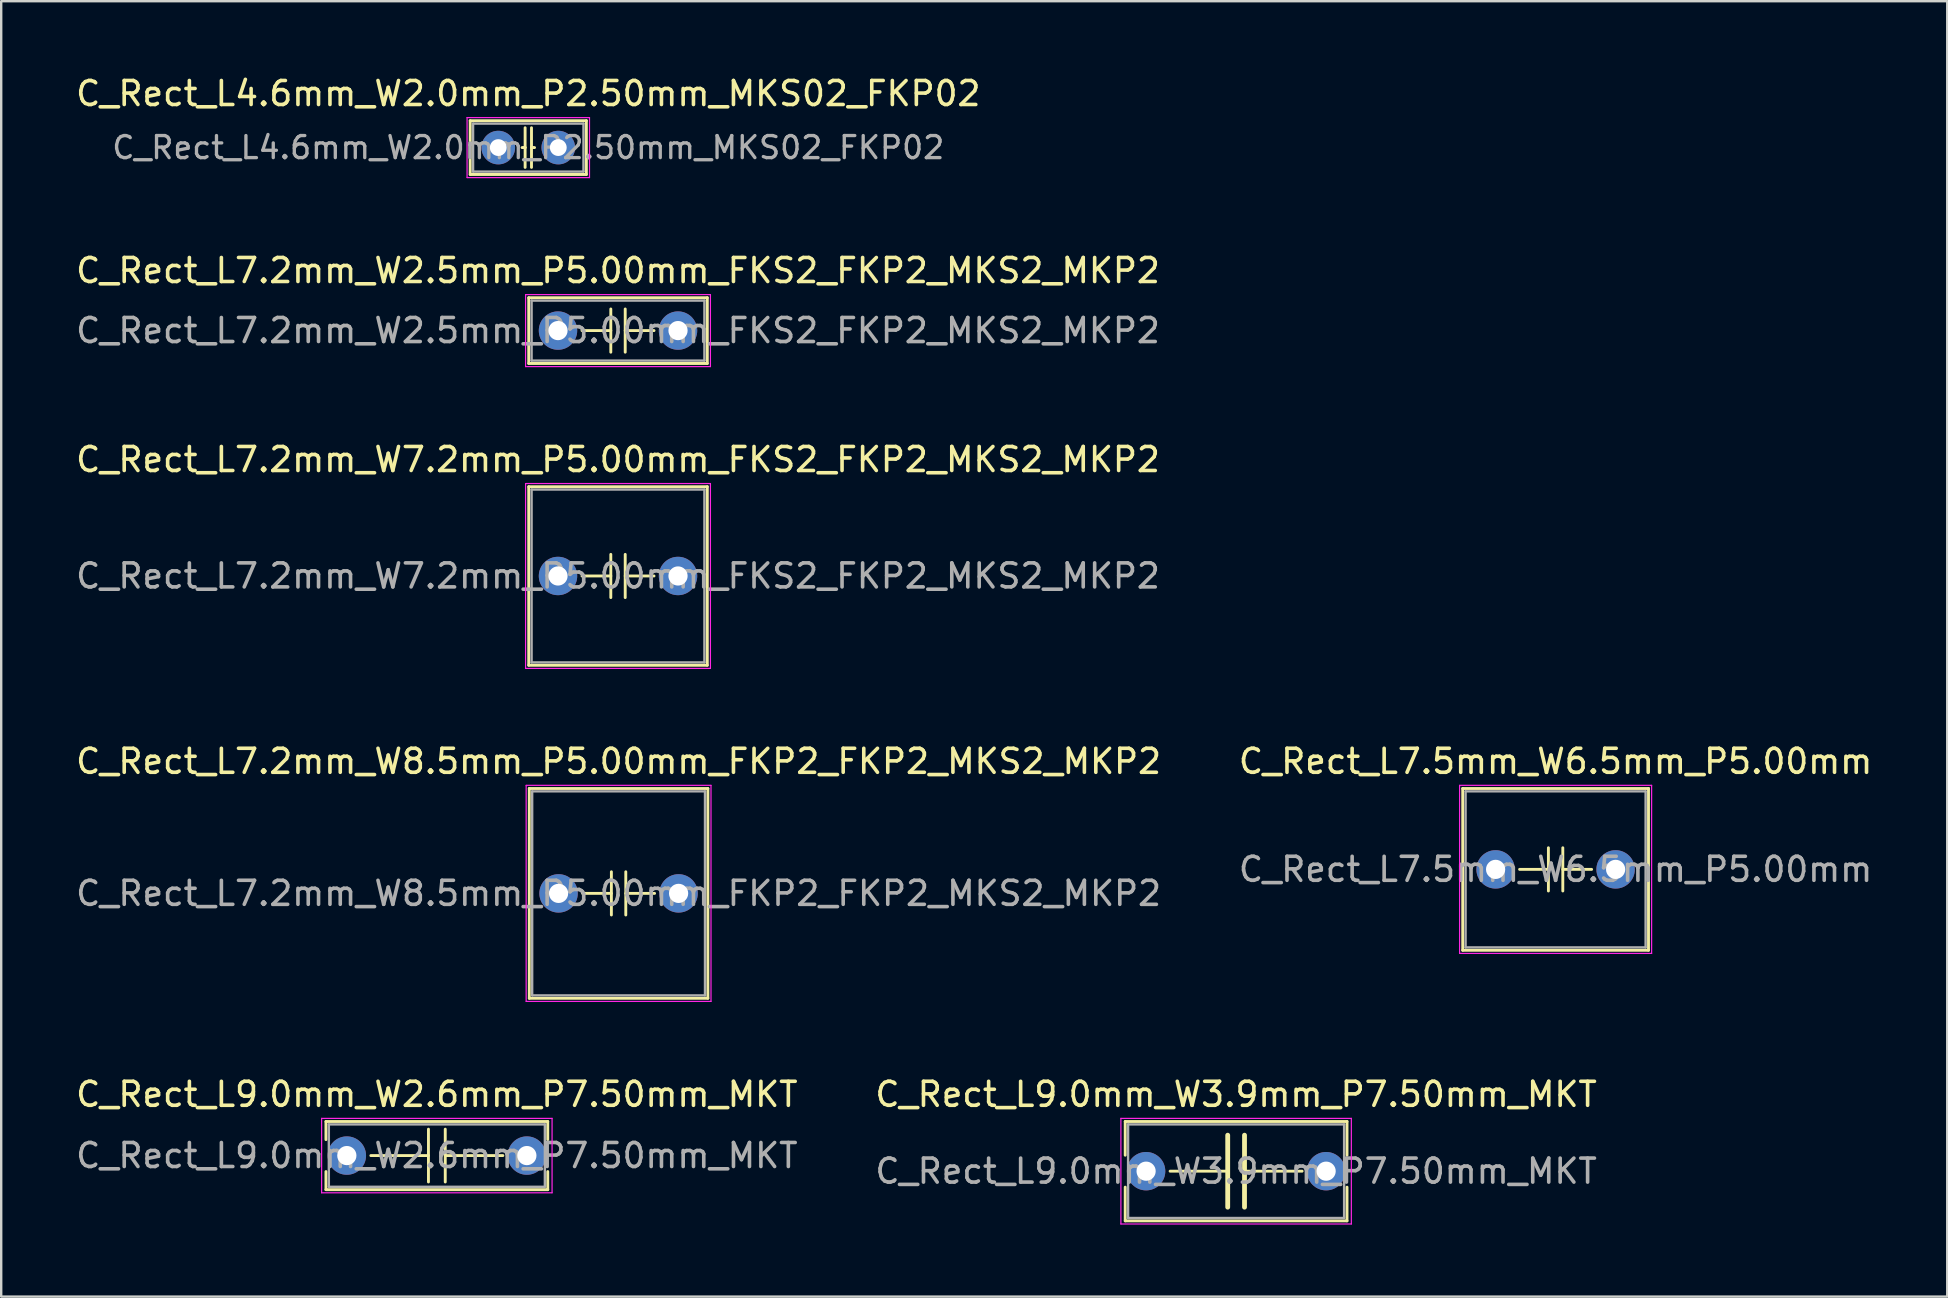
<source format=kicad_pcb>
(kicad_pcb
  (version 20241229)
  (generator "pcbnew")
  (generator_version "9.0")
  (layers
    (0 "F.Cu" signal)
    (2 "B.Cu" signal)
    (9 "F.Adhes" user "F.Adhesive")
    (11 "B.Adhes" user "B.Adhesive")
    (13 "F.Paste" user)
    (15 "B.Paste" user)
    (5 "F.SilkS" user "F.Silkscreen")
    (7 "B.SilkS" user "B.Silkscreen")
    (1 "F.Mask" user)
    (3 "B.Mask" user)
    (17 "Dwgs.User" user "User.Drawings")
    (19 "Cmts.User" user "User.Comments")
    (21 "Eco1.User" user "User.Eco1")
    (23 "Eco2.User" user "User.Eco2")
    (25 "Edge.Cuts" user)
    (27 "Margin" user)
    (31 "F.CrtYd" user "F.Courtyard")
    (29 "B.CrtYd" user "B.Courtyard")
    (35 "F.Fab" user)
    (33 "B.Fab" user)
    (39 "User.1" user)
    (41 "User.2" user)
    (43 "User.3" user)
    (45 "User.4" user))
  (footprint "C_Rect_L7.2mm_W2.5mm_P5.00mm_FKS2_FKP2_MKS2_MKP2"
    (layer "F.Cu")
    (at 20.196 10.722)
    (property "Reference" "C_Rect_L7.2mm_W2.5mm_P5.00mm_FKS2_FKP2_MKS2_MKP2" (at 2.5 -2.5 0) (layer "F.SilkS") (effects (font (size 1 1) (thickness 0.15))))
    (attr through_hole)
    (fp_line (start -1.22 -1.37) (end -1.22 1.37) (stroke (width 0.12) (type solid)) (layer "F.SilkS"))
    (fp_line (start -1.22 -1.37) (end 6.22 -1.37) (stroke (width 0.12) (type solid)) (layer "F.SilkS"))
    (fp_line (start -1.22 1.37) (end 6.22 1.37) (stroke (width 0.12) (type solid)) (layer "F.SilkS"))
    (fp_line (start 1 0) (end 2.2 0) (stroke (width 0.12) (type solid)) (layer "F.SilkS"))
    (fp_line (start 2.2 -0.9) (end 2.2 0.9) (stroke (width 0.12) (type solid)) (layer "F.SilkS"))
    (fp_line (start 2.8 -0.9) (end 2.8 0.9) (stroke (width 0.12) (type solid)) (layer "F.SilkS"))
    (fp_line (start 4 0) (end 2.8 0) (stroke (width 0.12) (type solid)) (layer "F.SilkS"))
    (fp_line (start 6.22 -1.37) (end 6.22 1.37) (stroke (width 0.12) (type solid)) (layer "F.SilkS"))
    (fp_line (start -1.35 -1.5) (end -1.35 1.5) (stroke (width 0.05) (type solid)) (layer "F.CrtYd"))
    (fp_line (start -1.35 1.5) (end 6.35 1.5) (stroke (width 0.05) (type solid)) (layer "F.CrtYd"))
    (fp_line (start 6.35 -1.5) (end -1.35 -1.5) (stroke (width 0.05) (type solid)) (layer "F.CrtYd"))
    (fp_line (start 6.35 1.5) (end 6.35 -1.5) (stroke (width 0.05) (type solid)) (layer "F.CrtYd"))
    (fp_line (start -1.1 -1.25) (end -1.1 1.25) (stroke (width 0.1) (type solid)) (layer "F.Fab"))
    (fp_line (start -1.1 1.25) (end 6.1 1.25) (stroke (width 0.1) (type solid)) (layer "F.Fab"))
    (fp_line (start 6.1 -1.25) (end -1.1 -1.25) (stroke (width 0.1) (type solid)) (layer "F.Fab"))
    (fp_line (start 6.1 1.25) (end 6.1 -1.25) (stroke (width 0.1) (type solid)) (layer "F.Fab"))
    (fp_text user "${REFERENCE}" (at 2.5 0 0) (layer "F.Fab") (effects (font (size 1 1) (thickness 0.15))))
    (pad "1" thru_hole circle (at 0 0) (size 1.6 1.6) (drill 0.8) (layers "*.Cu" "*.Mask"))
    (pad "2" thru_hole circle (at 5 0) (size 1.6 1.6) (drill 0.8) (layers "*.Cu" "*.Mask")))
  (footprint "C_Rect_L7.2mm_W8.5mm_P5.00mm_FKP2_FKP2_MKS2_MKP2"
    (layer "F.Cu")
    (at 20.22 34.168)
    (property "Reference" "C_Rect_L7.2mm_W8.5mm_P5.00mm_FKP2_FKP2_MKS2_MKP2" (at 2.5 -5.5 0) (layer "F.SilkS") (effects (font (size 1 1) (thickness 0.15))))
    (attr through_hole)
    (fp_line (start -1.22 -4.37) (end -1.22 4.37) (stroke (width 0.12) (type solid)) (layer "F.SilkS"))
    (fp_line (start -1.22 -4.37) (end 6.22 -4.37) (stroke (width 0.12) (type solid)) (layer "F.SilkS"))
    (fp_line (start -1.22 4.37) (end 6.22 4.37) (stroke (width 0.12) (type solid)) (layer "F.SilkS"))
    (fp_line (start 1 0) (end 2.2 0) (stroke (width 0.12) (type solid)) (layer "F.SilkS"))
    (fp_line (start 2.2 -0.9) (end 2.2 0.9) (stroke (width 0.12) (type solid)) (layer "F.SilkS"))
    (fp_line (start 2.8 -0.9) (end 2.8 0.9) (stroke (width 0.12) (type solid)) (layer "F.SilkS"))
    (fp_line (start 4 0) (end 2.8 0) (stroke (width 0.12) (type solid)) (layer "F.SilkS"))
    (fp_line (start 6.22 -4.37) (end 6.22 4.37) (stroke (width 0.12) (type solid)) (layer "F.SilkS"))
    (fp_line (start -1.35 -4.5) (end -1.35 4.5) (stroke (width 0.05) (type solid)) (layer "F.CrtYd"))
    (fp_line (start -1.35 4.5) (end 6.35 4.5) (stroke (width 0.05) (type solid)) (layer "F.CrtYd"))
    (fp_line (start 6.35 -4.5) (end -1.35 -4.5) (stroke (width 0.05) (type solid)) (layer "F.CrtYd"))
    (fp_line (start 6.35 4.5) (end 6.35 -4.5) (stroke (width 0.05) (type solid)) (layer "F.CrtYd"))
    (fp_line (start -1.1 -4.25) (end -1.1 4.25) (stroke (width 0.1) (type solid)) (layer "F.Fab"))
    (fp_line (start -1.1 4.25) (end 6.1 4.25) (stroke (width 0.1) (type solid)) (layer "F.Fab"))
    (fp_line (start 6.1 -4.25) (end -1.1 -4.25) (stroke (width 0.1) (type solid)) (layer "F.Fab"))
    (fp_line (start 6.1 4.25) (end 6.1 -4.25) (stroke (width 0.1) (type solid)) (layer "F.Fab"))
    (fp_text user "${REFERENCE}" (at 2.5 0 0) (layer "F.Fab") (effects (font (size 1 1) (thickness 0.15))))
    (pad "1" thru_hole circle (at 0 0) (size 1.6 1.6) (drill 0.8) (layers "*.Cu" "*.Mask"))
    (pad "2" thru_hole circle (at 5 0) (size 1.6 1.6) (drill 0.8) (layers "*.Cu" "*.Mask")))
  (footprint "C_Rect_L9.0mm_W3.9mm_P7.50mm_MKT"
    (layer "F.Cu")
    (at 44.696 45.741)
    (property "Reference" "C_Rect_L9.0mm_W3.9mm_P7.50mm_MKT" (at 3.75 -3.2 0) (layer "F.SilkS") (effects (font (size 1 1) (thickness 0.15))))
    (attr through_hole)
    (fp_line (start -0.87 -2.07) (end -0.87 -0.665) (stroke (width 0.12) (type solid)) (layer "F.SilkS"))
    (fp_line (start -0.87 -2.07) (end 8.37 -2.07) (stroke (width 0.12) (type solid)) (layer "F.SilkS"))
    (fp_line (start -0.87 0.665) (end -0.87 2.07) (stroke (width 0.12) (type solid)) (layer "F.SilkS"))
    (fp_line (start -0.87 2.07) (end 8.37 2.07) (stroke (width 0.12) (type solid)) (layer "F.SilkS"))
    (fp_line (start 1 0) (end 3.4 0) (stroke (width 0.12) (type solid)) (layer "F.SilkS"))
    (fp_line (start 3.4 -1.5) (end 3.4 1.5) (stroke (width 0.2) (type solid)) (layer "F.SilkS"))
    (fp_line (start 4.1 -1.5) (end 4.1 1.5) (stroke (width 0.2) (type solid)) (layer "F.SilkS"))
    (fp_line (start 4.1 0) (end 6.5 0) (stroke (width 0.12) (type solid)) (layer "F.SilkS"))
    (fp_line (start 8.37 -2.07) (end 8.37 -0.665) (stroke (width 0.12) (type solid)) (layer "F.SilkS"))
    (fp_line (start 8.37 0.665) (end 8.37 2.07) (stroke (width 0.12) (type solid)) (layer "F.SilkS"))
    (fp_line (start -1.05 -2.2) (end -1.05 2.2) (stroke (width 0.05) (type solid)) (layer "F.CrtYd"))
    (fp_line (start -1.05 2.2) (end 8.55 2.2) (stroke (width 0.05) (type solid)) (layer "F.CrtYd"))
    (fp_line (start 8.55 -2.2) (end -1.05 -2.2) (stroke (width 0.05) (type solid)) (layer "F.CrtYd"))
    (fp_line (start 8.55 2.2) (end 8.55 -2.2) (stroke (width 0.05) (type solid)) (layer "F.CrtYd"))
    (fp_line (start -0.75 -1.95) (end -0.75 1.95) (stroke (width 0.1) (type solid)) (layer "F.Fab"))
    (fp_line (start -0.75 1.95) (end 8.25 1.95) (stroke (width 0.1) (type solid)) (layer "F.Fab"))
    (fp_line (start 8.25 -1.95) (end -0.75 -1.95) (stroke (width 0.1) (type solid)) (layer "F.Fab"))
    (fp_line (start 8.25 1.95) (end 8.25 -1.95) (stroke (width 0.1) (type solid)) (layer "F.Fab"))
    (fp_text user "${REFERENCE}" (at 3.75 0 0) (layer "F.Fab") (effects (font (size 1 1) (thickness 0.15))))
    (pad "1" thru_hole circle (at 0 0) (size 1.6 1.6) (drill 0.8) (layers "*.Cu" "*.Mask"))
    (pad "2" thru_hole circle (at 7.5 0) (size 1.6 1.6) (drill 0.8) (layers "*.Cu" "*.Mask")))
  (footprint "C_Rect_L4.6mm_W2.0mm_P2.50mm_MKS02_FKP02"
    (layer "F.Cu")
    (at 17.708 3.098)
    (property "Reference" "C_Rect_L4.6mm_W2.0mm_P2.50mm_MKS02_FKP02" (at 1.25 -2.25 0) (layer "F.SilkS") (effects (font (size 1 1) (thickness 0.15))))
    (attr through_hole)
    (fp_line (start -1.17 -1.12) (end -1.17 1.12) (stroke (width 0.12) (type solid)) (layer "F.SilkS"))
    (fp_line (start -1.17 -1.12) (end 3.67 -1.12) (stroke (width 0.12) (type solid)) (layer "F.SilkS"))
    (fp_line (start -1.17 1.12) (end 3.67 1.12) (stroke (width 0.12) (type solid)) (layer "F.SilkS"))
    (fp_line (start 0.991 0) (end 1.054 0) (stroke (width 0.12) (type solid)) (layer "F.SilkS"))
    (fp_line (start 1.054 0) (end 1.118 0) (stroke (width 0.12) (type solid)) (layer "F.SilkS"))
    (fp_line (start 1.118 0) (end 1.118 -0.826) (stroke (width 0.12) (type solid)) (layer "F.SilkS"))
    (fp_line (start 1.118 0.826) (end 1.118 0) (stroke (width 0.12) (type solid)) (layer "F.SilkS"))
    (fp_line (start 1.384 0) (end 1.384 -0.826) (stroke (width 0.12) (type solid)) (layer "F.SilkS"))
    (fp_line (start 1.384 0.826) (end 1.384 0) (stroke (width 0.12) (type solid)) (layer "F.SilkS"))
    (fp_line (start 1.448 0) (end 1.384 0) (stroke (width 0.12) (type solid)) (layer "F.SilkS"))
    (fp_line (start 1.511 0) (end 1.448 0) (stroke (width 0.12) (type solid)) (layer "F.SilkS"))
    (fp_line (start 3.67 -1.12) (end 3.67 1.12) (stroke (width 0.12) (type solid)) (layer "F.SilkS"))
    (fp_line (start -1.3 -1.25) (end -1.3 1.25) (stroke (width 0.05) (type solid)) (layer "F.CrtYd"))
    (fp_line (start -1.3 1.25) (end 3.8 1.25) (stroke (width 0.05) (type solid)) (layer "F.CrtYd"))
    (fp_line (start 3.8 -1.25) (end -1.3 -1.25) (stroke (width 0.05) (type solid)) (layer "F.CrtYd"))
    (fp_line (start 3.8 1.25) (end 3.8 -1.25) (stroke (width 0.05) (type solid)) (layer "F.CrtYd"))
    (fp_line (start -1.05 -1) (end -1.05 1) (stroke (width 0.1) (type solid)) (layer "F.Fab"))
    (fp_line (start -1.05 1) (end 3.55 1) (stroke (width 0.1) (type solid)) (layer "F.Fab"))
    (fp_line (start 3.55 -1) (end -1.05 -1) (stroke (width 0.1) (type solid)) (layer "F.Fab"))
    (fp_line (start 3.55 1) (end 3.55 -1) (stroke (width 0.1) (type solid)) (layer "F.Fab"))
    (fp_text user "${REFERENCE}" (at 1.25 0 0) (layer "F.Fab") (effects (font (size 0.92 0.92) (thickness 0.138))))
    (pad "1" thru_hole circle (at 0 0) (size 1.4 1.4) (drill 0.7) (layers "*.Cu" "*.Mask"))
    (pad "2" thru_hole circle (at 2.5 0) (size 1.4 1.4) (drill 0.7) (layers "*.Cu" "*.Mask")))
  (footprint "C_Rect_L7.2mm_W7.2mm_P5.00mm_FKS2_FKP2_MKS2_MKP2"
    (layer "F.Cu")
    (at 20.196 20.945)
    (property "Reference" "C_Rect_L7.2mm_W7.2mm_P5.00mm_FKS2_FKP2_MKS2_MKP2" (at 2.5 -4.85 0) (layer "F.SilkS") (effects (font (size 1 1) (thickness 0.15))))
    (attr through_hole)
    (fp_line (start -1.22 -3.72) (end -1.22 3.72) (stroke (width 0.12) (type solid)) (layer "F.SilkS"))
    (fp_line (start -1.22 -3.72) (end 6.22 -3.72) (stroke (width 0.12) (type solid)) (layer "F.SilkS"))
    (fp_line (start -1.22 3.72) (end 6.22 3.72) (stroke (width 0.12) (type solid)) (layer "F.SilkS"))
    (fp_line (start 1 0) (end 2.2 0) (stroke (width 0.12) (type solid)) (layer "F.SilkS"))
    (fp_line (start 2.2 -0.9) (end 2.2 0.9) (stroke (width 0.12) (type solid)) (layer "F.SilkS"))
    (fp_line (start 2.8 -0.9) (end 2.8 0.9) (stroke (width 0.12) (type solid)) (layer "F.SilkS"))
    (fp_line (start 4 0) (end 2.8 0) (stroke (width 0.12) (type solid)) (layer "F.SilkS"))
    (fp_line (start 6.22 -3.72) (end 6.22 3.72) (stroke (width 0.12) (type solid)) (layer "F.SilkS"))
    (fp_line (start -1.35 -3.85) (end -1.35 3.85) (stroke (width 0.05) (type solid)) (layer "F.CrtYd"))
    (fp_line (start -1.35 3.85) (end 6.35 3.85) (stroke (width 0.05) (type solid)) (layer "F.CrtYd"))
    (fp_line (start 6.35 -3.85) (end -1.35 -3.85) (stroke (width 0.05) (type solid)) (layer "F.CrtYd"))
    (fp_line (start 6.35 3.85) (end 6.35 -3.85) (stroke (width 0.05) (type solid)) (layer "F.CrtYd"))
    (fp_line (start -1.1 -3.6) (end -1.1 3.6) (stroke (width 0.1) (type solid)) (layer "F.Fab"))
    (fp_line (start -1.1 3.6) (end 6.1 3.6) (stroke (width 0.1) (type solid)) (layer "F.Fab"))
    (fp_line (start 6.1 -3.6) (end -1.1 -3.6) (stroke (width 0.1) (type solid)) (layer "F.Fab"))
    (fp_line (start 6.1 3.6) (end 6.1 -3.6) (stroke (width 0.1) (type solid)) (layer "F.Fab"))
    (fp_text user "${REFERENCE}" (at 2.5 0 0) (layer "F.Fab") (effects (font (size 1 1) (thickness 0.15))))
    (pad "1" thru_hole circle (at 0 0) (size 1.6 1.6) (drill 0.8) (layers "*.Cu" "*.Mask"))
    (pad "2" thru_hole circle (at 5 0) (size 1.6 1.6) (drill 0.8) (layers "*.Cu" "*.Mask")))
  (footprint "C_Rect_L9.0mm_W2.6mm_P7.50mm_MKT"
    (layer "F.Cu")
    (at 11.399 45.091)
    (property "Reference" "C_Rect_L9.0mm_W2.6mm_P7.50mm_MKT" (at 3.75 -2.55 0) (layer "F.SilkS") (effects (font (size 1 1) (thickness 0.15))))
    (attr through_hole)
    (fp_line (start -0.87 -1.42) (end -0.87 -0.665) (stroke (width 0.12) (type solid)) (layer "F.SilkS"))
    (fp_line (start -0.87 -1.42) (end 8.37 -1.42) (stroke (width 0.12) (type solid)) (layer "F.SilkS"))
    (fp_line (start -0.87 0.665) (end -0.87 1.42) (stroke (width 0.12) (type solid)) (layer "F.SilkS"))
    (fp_line (start -0.87 1.42) (end 8.37 1.42) (stroke (width 0.12) (type solid)) (layer "F.SilkS"))
    (fp_line (start 1 0) (end 3.4 0) (stroke (width 0.12) (type solid)) (layer "F.SilkS"))
    (fp_line (start 3.4 -1.1) (end 3.4 1.1) (stroke (width 0.12) (type solid)) (layer "F.SilkS"))
    (fp_line (start 4.1 -1.1) (end 4.1 1.1) (stroke (width 0.12) (type solid)) (layer "F.SilkS"))
    (fp_line (start 4.1 0) (end 6.5 0) (stroke (width 0.12) (type solid)) (layer "F.SilkS"))
    (fp_line (start 8.37 -1.42) (end 8.37 -0.665) (stroke (width 0.12) (type solid)) (layer "F.SilkS"))
    (fp_line (start 8.37 0.665) (end 8.37 1.42) (stroke (width 0.12) (type solid)) (layer "F.SilkS"))
    (fp_line (start -1.05 -1.55) (end -1.05 1.55) (stroke (width 0.05) (type solid)) (layer "F.CrtYd"))
    (fp_line (start -1.05 1.55) (end 8.55 1.55) (stroke (width 0.05) (type solid)) (layer "F.CrtYd"))
    (fp_line (start 8.55 -1.55) (end -1.05 -1.55) (stroke (width 0.05) (type solid)) (layer "F.CrtYd"))
    (fp_line (start 8.55 1.55) (end 8.55 -1.55) (stroke (width 0.05) (type solid)) (layer "F.CrtYd"))
    (fp_line (start -0.75 -1.3) (end -0.75 1.3) (stroke (width 0.1) (type solid)) (layer "F.Fab"))
    (fp_line (start -0.75 1.3) (end 8.25 1.3) (stroke (width 0.1) (type solid)) (layer "F.Fab"))
    (fp_line (start 8.25 -1.3) (end -0.75 -1.3) (stroke (width 0.1) (type solid)) (layer "F.Fab"))
    (fp_line (start 8.25 1.3) (end 8.25 -1.3) (stroke (width 0.1) (type solid)) (layer "F.Fab"))
    (fp_text user "${REFERENCE}" (at 3.75 0 0) (layer "F.Fab") (effects (font (size 1 1) (thickness 0.15))))
    (pad "1" thru_hole circle (at 0 0) (size 1.6 1.6) (drill 0.8) (layers "*.Cu" "*.Mask"))
    (pad "2" thru_hole circle (at 7.5 0) (size 1.6 1.6) (drill 0.8) (layers "*.Cu" "*.Mask")))
  (footprint "C_Rect_L7.5mm_W6.5mm_P5.00mm"
    (layer "F.Cu")
    (at 59.256 33.168)
    (property "Reference" "C_Rect_L7.5mm_W6.5mm_P5.00mm" (at 2.5 -4.5 0) (layer "F.SilkS") (effects (font (size 1 1) (thickness 0.15))))
    (attr through_hole)
    (fp_line (start -1.37 -3.37) (end -1.37 3.37) (stroke (width 0.12) (type solid)) (layer "F.SilkS"))
    (fp_line (start -1.37 -3.37) (end 6.37 -3.37) (stroke (width 0.12) (type solid)) (layer "F.SilkS"))
    (fp_line (start -1.37 3.37) (end 6.37 3.37) (stroke (width 0.12) (type solid)) (layer "F.SilkS"))
    (fp_line (start 1 0) (end 2.2 0) (stroke (width 0.12) (type solid)) (layer "F.SilkS"))
    (fp_line (start 2.2 -0.9) (end 2.2 0.9) (stroke (width 0.12) (type solid)) (layer "F.SilkS"))
    (fp_line (start 2.8 -0.9) (end 2.8 0.9) (stroke (width 0.12) (type solid)) (layer "F.SilkS"))
    (fp_line (start 4 0) (end 2.8 0) (stroke (width 0.12) (type solid)) (layer "F.SilkS"))
    (fp_line (start 6.37 -3.37) (end 6.37 3.37) (stroke (width 0.12) (type solid)) (layer "F.SilkS"))
    (fp_line (start -1.5 -3.5) (end -1.5 3.5) (stroke (width 0.05) (type solid)) (layer "F.CrtYd"))
    (fp_line (start -1.5 3.5) (end 6.5 3.5) (stroke (width 0.05) (type solid)) (layer "F.CrtYd"))
    (fp_line (start 6.5 -3.5) (end -1.5 -3.5) (stroke (width 0.05) (type solid)) (layer "F.CrtYd"))
    (fp_line (start 6.5 3.5) (end 6.5 -3.5) (stroke (width 0.05) (type solid)) (layer "F.CrtYd"))
    (fp_line (start -1.25 -3.25) (end -1.25 3.25) (stroke (width 0.1) (type solid)) (layer "F.Fab"))
    (fp_line (start -1.25 3.25) (end 6.25 3.25) (stroke (width 0.1) (type solid)) (layer "F.Fab"))
    (fp_line (start 6.25 -3.25) (end -1.25 -3.25) (stroke (width 0.1) (type solid)) (layer "F.Fab"))
    (fp_line (start 6.25 3.25) (end 6.25 -3.25) (stroke (width 0.1) (type solid)) (layer "F.Fab"))
    (fp_text user "${REFERENCE}" (at 2.5 0 0) (layer "F.Fab") (effects (font (size 1 1) (thickness 0.15))))
    (pad "1" thru_hole circle (at 0 0) (size 1.6 1.6) (drill 0.8) (layers "*.Cu" "*.Mask"))
    (pad "2" thru_hole circle (at 5 0) (size 1.6 1.6) (drill 0.8) (layers "*.Cu" "*.Mask")))
  (gr_rect
    (start -3 -3)
    (end 78.071 50.966)
    (stroke (width 0.1) (type default))
    (fill no)
    (layer "Edge.Cuts")))
</source>
